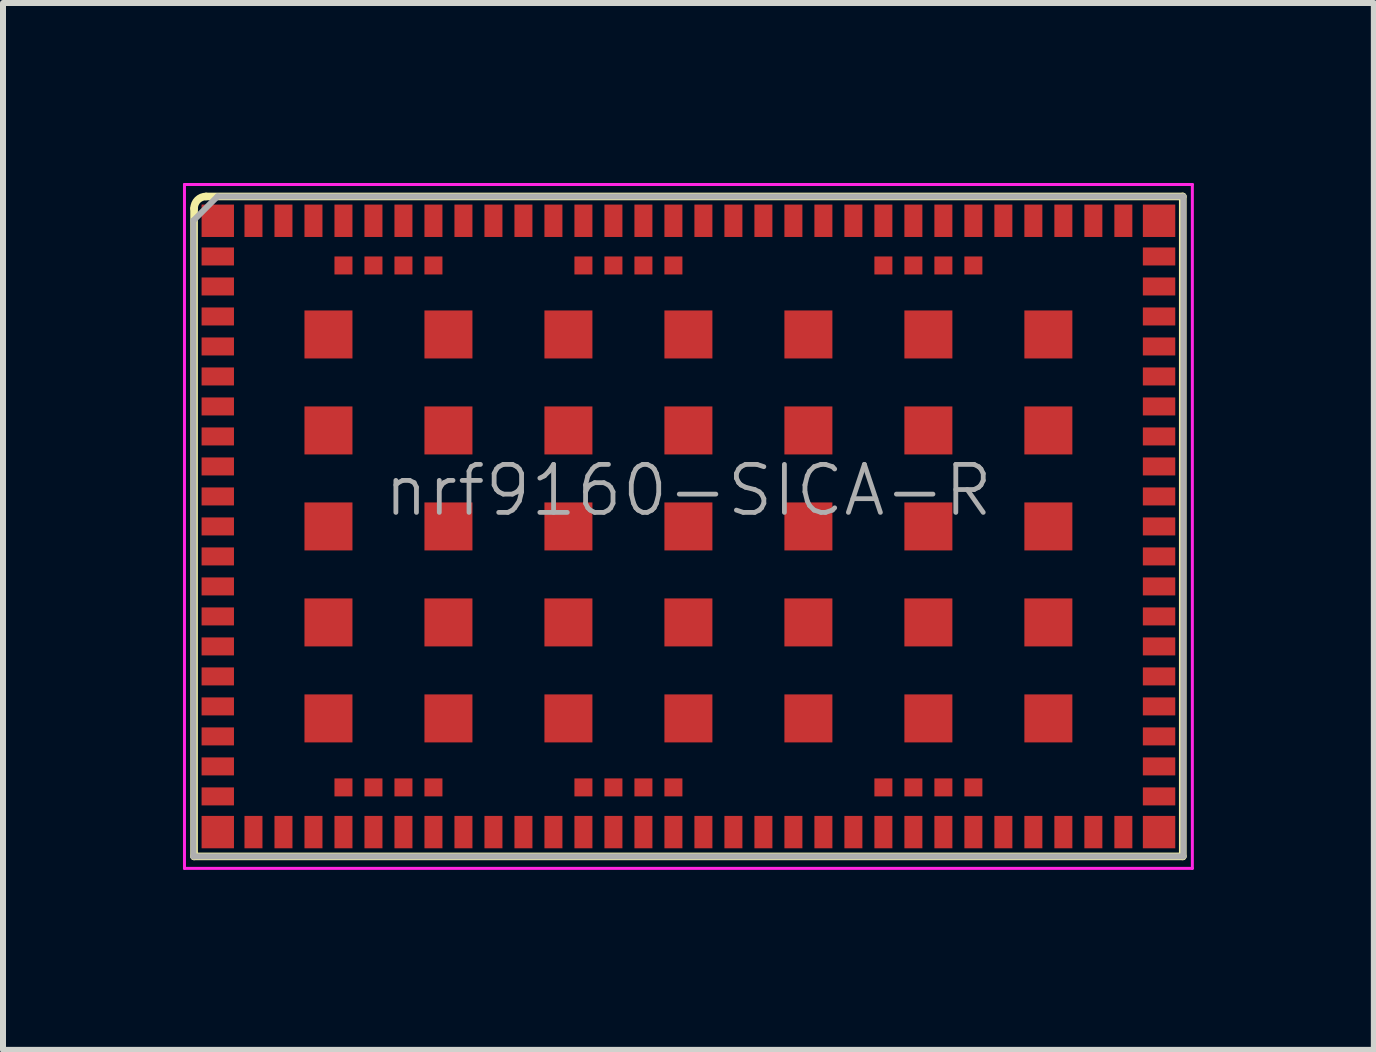
<source format=kicad_pcb>
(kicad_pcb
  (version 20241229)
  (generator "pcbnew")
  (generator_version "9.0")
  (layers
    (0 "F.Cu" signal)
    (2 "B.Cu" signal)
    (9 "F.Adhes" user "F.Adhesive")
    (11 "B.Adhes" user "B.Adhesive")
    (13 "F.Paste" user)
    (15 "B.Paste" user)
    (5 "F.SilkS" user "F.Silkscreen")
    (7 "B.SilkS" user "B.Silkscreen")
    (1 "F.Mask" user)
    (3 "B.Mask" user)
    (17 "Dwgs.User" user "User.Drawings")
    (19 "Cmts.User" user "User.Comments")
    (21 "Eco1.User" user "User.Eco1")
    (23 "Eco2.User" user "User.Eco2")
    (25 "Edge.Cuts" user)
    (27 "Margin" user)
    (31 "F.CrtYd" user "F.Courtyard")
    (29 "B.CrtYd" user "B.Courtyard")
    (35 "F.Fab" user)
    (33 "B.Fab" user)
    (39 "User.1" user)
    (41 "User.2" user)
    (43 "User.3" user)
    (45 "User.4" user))
  (footprint "nrf9160-SICA-R"
    (layer "F.Cu")
    (at 8.425 5.725)
    (property "Reference" "nrf9160-SICA-R" (at 0 -0.6 0) (layer "F.Fab") (effects (font (size 0.8 0.8) (thickness 0.08))))
    (attr smd)
    (fp_line (start -8.24 5.5) (end -8.24 -5.3) (stroke (width 0.127) (type solid)) (layer "F.SilkS"))
    (fp_line (start -8.04 -5.5) (end 8.24 -5.5) (stroke (width 0.127) (type solid)) (layer "F.SilkS"))
    (fp_line (start 8.24 -5.5) (end 8.24 5.5) (stroke (width 0.127) (type solid)) (layer "F.SilkS"))
    (fp_line (start 8.24 5.5) (end -8.24 5.5) (stroke (width 0.127) (type solid)) (layer "F.SilkS"))
    (fp_arc (start -8.24 -5.3) (mid -8.181421 -5.441421) (end -8.04 -5.5) (stroke (width 0.127) (type default)) (layer "F.SilkS"))
    (fp_line (start -8.4 -5.7) (end 8.4 -5.7) (stroke (width 0.05) (type solid)) (layer "F.CrtYd"))
    (fp_line (start -8.4 5.7) (end -8.4 -5.7) (stroke (width 0.05) (type solid)) (layer "F.CrtYd"))
    (fp_line (start 8.4 -5.7) (end 8.4 5.7) (stroke (width 0.05) (type solid)) (layer "F.CrtYd"))
    (fp_line (start 8.4 5.7) (end -8.4 5.7) (stroke (width 0.05) (type solid)) (layer "F.CrtYd"))
    (fp_line (start -8.25 -5.1) (end -7.85 -5.5) (stroke (width 0.1) (type solid)) (layer "F.Fab"))
    (fp_line (start -8.25 5.5) (end -8.25 -5.1) (stroke (width 0.1) (type solid)) (layer "F.Fab"))
    (fp_line (start -7.85 -5.5) (end 8.25 -5.5) (stroke (width 0.1) (type solid)) (layer "F.Fab"))
    (fp_line (start 8.25 -5.5) (end 8.25 5.5) (stroke (width 0.1) (type solid)) (layer "F.Fab"))
    (fp_line (start 8.25 5.5) (end -8.25 5.5) (stroke (width 0.1) (type solid)) (layer "F.Fab"))
    (pad "1" smd rect (at -7.845 -5.095) (size 0.54 0.54) (layers "F.Cu" "F.Mask" "F.Paste"))
    (pad "2" smd rect (at -7.845 -4.5) (size 0.54 0.3) (layers "F.Cu" "F.Mask" "F.Paste"))
    (pad "3" smd rect (at -7.845 -4) (size 0.54 0.3) (layers "F.Cu" "F.Mask" "F.Paste"))
    (pad "4" smd rect (at -7.845 -3.5) (size 0.54 0.3) (layers "F.Cu" "F.Mask" "F.Paste"))
    (pad "5" smd rect (at -7.845 -3) (size 0.54 0.3) (layers "F.Cu" "F.Mask" "F.Paste"))
    (pad "6" smd rect (at -7.845 -2.5) (size 0.54 0.3) (layers "F.Cu" "F.Mask" "F.Paste"))
    (pad "7" smd rect (at -7.845 -2) (size 0.54 0.3) (layers "F.Cu" "F.Mask" "F.Paste"))
    (pad "8" smd rect (at -7.845 -1.5) (size 0.54 0.3) (layers "F.Cu" "F.Mask" "F.Paste"))
    (pad "9" smd rect (at -7.845 -1) (size 0.54 0.3) (layers "F.Cu" "F.Mask" "F.Paste"))
    (pad "10" smd rect (at -7.845 -0.5) (size 0.54 0.3) (layers "F.Cu" "F.Mask" "F.Paste"))
    (pad "11" smd rect (at -7.845 0) (size 0.54 0.3) (layers "F.Cu" "F.Mask" "F.Paste"))
    (pad "12" smd rect (at -7.845 0.5) (size 0.54 0.3) (layers "F.Cu" "F.Mask" "F.Paste"))
    (pad "13" smd rect (at -7.845 1) (size 0.54 0.3) (layers "F.Cu" "F.Mask" "F.Paste"))
    (pad "14" smd rect (at -7.845 1.5) (size 0.54 0.3) (layers "F.Cu" "F.Mask" "F.Paste"))
    (pad "15" smd rect (at -7.845 2) (size 0.54 0.3) (layers "F.Cu" "F.Mask" "F.Paste"))
    (pad "16" smd rect (at -7.845 2.5) (size 0.54 0.3) (layers "F.Cu" "F.Mask" "F.Paste"))
    (pad "17" smd rect (at -7.845 3) (size 0.54 0.3) (layers "F.Cu" "F.Mask" "F.Paste"))
    (pad "18" smd rect (at -7.845 3.5) (size 0.54 0.3) (layers "F.Cu" "F.Mask" "F.Paste"))
    (pad "19" smd rect (at -7.845 4) (size 0.54 0.3) (layers "F.Cu" "F.Mask" "F.Paste"))
    (pad "20" smd rect (at -7.845 4.5) (size 0.54 0.3) (layers "F.Cu" "F.Mask" "F.Paste"))
    (pad "21" smd rect (at -7.845 5.095) (size 0.54 0.54) (layers "F.Cu" "F.Mask" "F.Paste"))
    (pad "22" smd rect (at -7.25 5.095) (size 0.3 0.54) (layers "F.Cu" "F.Mask" "F.Paste"))
    (pad "23" smd rect (at -6.75 5.095) (size 0.3 0.54) (layers "F.Cu" "F.Mask" "F.Paste"))
    (pad "24" smd rect (at -6.25 5.095) (size 0.3 0.54) (layers "F.Cu" "F.Mask" "F.Paste"))
    (pad "25" smd rect (at -5.75 5.095) (size 0.3 0.54) (layers "F.Cu" "F.Mask" "F.Paste"))
    (pad "26" smd rect (at -5.25 5.095) (size 0.3 0.54) (layers "F.Cu" "F.Mask" "F.Paste"))
    (pad "27" smd rect (at -4.75 5.095) (size 0.3 0.54) (layers "F.Cu" "F.Mask" "F.Paste"))
    (pad "28" smd rect (at -4.25 5.095) (size 0.3 0.54) (layers "F.Cu" "F.Mask" "F.Paste"))
    (pad "29" smd rect (at -3.75 5.095) (size 0.3 0.54) (layers "F.Cu" "F.Mask" "F.Paste"))
    (pad "30" smd rect (at -3.25 5.095) (size 0.3 0.54) (layers "F.Cu" "F.Mask" "F.Paste"))
    (pad "31" smd rect (at -2.75 5.095) (size 0.3 0.54) (layers "F.Cu" "F.Mask" "F.Paste"))
    (pad "32" smd rect (at -2.25 5.095) (size 0.3 0.54) (layers "F.Cu" "F.Mask" "F.Paste"))
    (pad "33" smd rect (at -1.75 5.095) (size 0.3 0.54) (layers "F.Cu" "F.Mask" "F.Paste"))
    (pad "34" smd rect (at -1.25 5.095) (size 0.3 0.54) (layers "F.Cu" "F.Mask" "F.Paste"))
    (pad "35" smd rect (at -0.75 5.095) (size 0.3 0.54) (layers "F.Cu" "F.Mask" "F.Paste"))
    (pad "36" smd rect (at -0.25 5.095) (size 0.3 0.54) (layers "F.Cu" "F.Mask" "F.Paste"))
    (pad "37" smd rect (at 0.25 5.095) (size 0.3 0.54) (layers "F.Cu" "F.Mask" "F.Paste"))
    (pad "38" smd rect (at 0.75 5.095) (size 0.3 0.54) (layers "F.Cu" "F.Mask" "F.Paste"))
    (pad "39" smd rect (at 1.25 5.095) (size 0.3 0.54) (layers "F.Cu" "F.Mask" "F.Paste"))
    (pad "40" smd rect (at 1.75 5.095) (size 0.3 0.54) (layers "F.Cu" "F.Mask" "F.Paste"))
    (pad "41" smd rect (at 2.25 5.095) (size 0.3 0.54) (layers "F.Cu" "F.Mask" "F.Paste"))
    (pad "42" smd rect (at 2.75 5.095) (size 0.3 0.54) (layers "F.Cu" "F.Mask" "F.Paste"))
    (pad "43" smd rect (at 3.25 5.095) (size 0.3 0.54) (layers "F.Cu" "F.Mask" "F.Paste"))
    (pad "44" smd rect (at 3.75 5.095) (size 0.3 0.54) (layers "F.Cu" "F.Mask" "F.Paste"))
    (pad "45" smd rect (at 4.25 5.095) (size 0.3 0.54) (layers "F.Cu" "F.Mask" "F.Paste"))
    (pad "46" smd rect (at 4.75 5.095) (size 0.3 0.54) (layers "F.Cu" "F.Mask" "F.Paste"))
    (pad "47" smd rect (at 5.25 5.095) (size 0.3 0.54) (layers "F.Cu" "F.Mask" "F.Paste"))
    (pad "48" smd rect (at 5.75 5.095) (size 0.3 0.54) (layers "F.Cu" "F.Mask" "F.Paste"))
    (pad "49" smd rect (at 6.25 5.095) (size 0.3 0.54) (layers "F.Cu" "F.Mask" "F.Paste"))
    (pad "50" smd rect (at 6.75 5.095) (size 0.3 0.54) (layers "F.Cu" "F.Mask" "F.Paste"))
    (pad "51" smd rect (at 7.25 5.095) (size 0.3 0.54) (layers "F.Cu" "F.Mask" "F.Paste"))
    (pad "52" smd rect (at 7.845 5.095) (size 0.54 0.54) (layers "F.Cu" "F.Mask" "F.Paste"))
    (pad "53" smd rect (at 7.845 4.5) (size 0.54 0.3) (layers "F.Cu" "F.Mask" "F.Paste"))
    (pad "54" smd rect (at 7.845 4) (size 0.54 0.3) (layers "F.Cu" "F.Mask" "F.Paste"))
    (pad "55" smd rect (at 7.845 3.5) (size 0.54 0.3) (layers "F.Cu" "F.Mask" "F.Paste"))
    (pad "56" smd rect (at 7.845 3) (size 0.54 0.3) (layers "F.Cu" "F.Mask" "F.Paste"))
    (pad "57" smd rect (at 7.845 2.5) (size 0.54 0.3) (layers "F.Cu" "F.Mask" "F.Paste"))
    (pad "58" smd rect (at 7.845 2) (size 0.54 0.3) (layers "F.Cu" "F.Mask" "F.Paste"))
    (pad "59" smd rect (at 7.845 1.5) (size 0.54 0.3) (layers "F.Cu" "F.Mask" "F.Paste"))
    (pad "60" smd rect (at 7.845 1) (size 0.54 0.3) (layers "F.Cu" "F.Mask" "F.Paste"))
    (pad "61" smd rect (at 7.845 0.5) (size 0.54 0.3) (layers "F.Cu" "F.Mask" "F.Paste"))
    (pad "62" smd rect (at 7.845 0) (size 0.54 0.3) (layers "F.Cu" "F.Mask" "F.Paste"))
    (pad "63" smd rect (at 7.845 -0.5) (size 0.54 0.3) (layers "F.Cu" "F.Mask" "F.Paste"))
    (pad "64" smd rect (at 7.845 -1) (size 0.54 0.3) (layers "F.Cu" "F.Mask" "F.Paste"))
    (pad "65" smd rect (at 7.845 -1.5) (size 0.54 0.3) (layers "F.Cu" "F.Mask" "F.Paste"))
    (pad "66" smd rect (at 7.845 -2) (size 0.54 0.3) (layers "F.Cu" "F.Mask" "F.Paste"))
    (pad "67" smd rect (at 7.845 -2.5) (size 0.54 0.3) (layers "F.Cu" "F.Mask" "F.Paste"))
    (pad "68" smd rect (at 7.845 -3) (size 0.54 0.3) (layers "F.Cu" "F.Mask" "F.Paste"))
    (pad "69" smd rect (at 7.845 -3.5) (size 0.54 0.3) (layers "F.Cu" "F.Mask" "F.Paste"))
    (pad "70" smd rect (at 7.845 -4) (size 0.54 0.3) (layers "F.Cu" "F.Mask" "F.Paste"))
    (pad "71" smd rect (at 7.845 -4.5) (size 0.54 0.3) (layers "F.Cu" "F.Mask" "F.Paste"))
    (pad "72" smd rect (at 7.845 -5.095) (size 0.54 0.54) (layers "F.Cu" "F.Mask" "F.Paste"))
    (pad "73" smd rect (at 7.25 -5.095) (size 0.3 0.54) (layers "F.Cu" "F.Mask" "F.Paste"))
    (pad "74" smd rect (at 6.75 -5.095) (size 0.3 0.54) (layers "F.Cu" "F.Mask" "F.Paste"))
    (pad "75" smd rect (at 6.25 -5.095) (size 0.3 0.54) (layers "F.Cu" "F.Mask" "F.Paste"))
    (pad "76" smd rect (at 5.75 -5.095) (size 0.3 0.54) (layers "F.Cu" "F.Mask" "F.Paste"))
    (pad "77" smd rect (at 5.25 -5.095) (size 0.3 0.54) (layers "F.Cu" "F.Mask" "F.Paste"))
    (pad "78" smd rect (at 4.75 -5.095) (size 0.3 0.54) (layers "F.Cu" "F.Mask" "F.Paste"))
    (pad "79" smd rect (at 4.25 -5.095) (size 0.3 0.54) (layers "F.Cu" "F.Mask" "F.Paste"))
    (pad "80" smd rect (at 3.75 -5.095) (size 0.3 0.54) (layers "F.Cu" "F.Mask" "F.Paste"))
    (pad "81" smd rect (at 3.25 -5.095) (size 0.3 0.54) (layers "F.Cu" "F.Mask" "F.Paste"))
    (pad "82" smd rect (at 2.75 -5.095) (size 0.3 0.54) (layers "F.Cu" "F.Mask" "F.Paste"))
    (pad "83" smd rect (at 2.25 -5.095) (size 0.3 0.54) (layers "F.Cu" "F.Mask" "F.Paste"))
    (pad "84" smd rect (at 1.75 -5.095) (size 0.3 0.54) (layers "F.Cu" "F.Mask" "F.Paste"))
    (pad "85" smd rect (at 1.25 -5.095) (size 0.3 0.54) (layers "F.Cu" "F.Mask" "F.Paste"))
    (pad "86" smd rect (at 0.75 -5.095) (size 0.3 0.54) (layers "F.Cu" "F.Mask" "F.Paste"))
    (pad "87" smd rect (at 0.25 -5.095) (size 0.3 0.54) (layers "F.Cu" "F.Mask" "F.Paste"))
    (pad "88" smd rect (at -0.25 -5.095) (size 0.3 0.54) (layers "F.Cu" "F.Mask" "F.Paste"))
    (pad "89" smd rect (at -0.75 -5.095) (size 0.3 0.54) (layers "F.Cu" "F.Mask" "F.Paste"))
    (pad "90" smd rect (at -1.25 -5.095) (size 0.3 0.54) (layers "F.Cu" "F.Mask" "F.Paste"))
    (pad "91" smd rect (at -1.75 -5.095) (size 0.3 0.54) (layers "F.Cu" "F.Mask" "F.Paste"))
    (pad "92" smd rect (at -2.25 -5.095) (size 0.3 0.54) (layers "F.Cu" "F.Mask" "F.Paste"))
    (pad "93" smd rect (at -2.75 -5.095) (size 0.3 0.54) (layers "F.Cu" "F.Mask" "F.Paste"))
    (pad "94" smd rect (at -3.25 -5.095) (size 0.3 0.54) (layers "F.Cu" "F.Mask" "F.Paste"))
    (pad "95" smd rect (at -3.75 -5.095) (size 0.3 0.54) (layers "F.Cu" "F.Mask" "F.Paste"))
    (pad "96" smd rect (at -4.25 -5.095) (size 0.3 0.54) (layers "F.Cu" "F.Mask" "F.Paste"))
    (pad "97" smd rect (at -4.75 -5.095) (size 0.3 0.54) (layers "F.Cu" "F.Mask" "F.Paste"))
    (pad "98" smd rect (at -5.25 -5.095) (size 0.3 0.54) (layers "F.Cu" "F.Mask" "F.Paste"))
    (pad "99" smd rect (at -5.75 -5.095) (size 0.3 0.54) (layers "F.Cu" "F.Mask" "F.Paste"))
    (pad "100" smd rect (at -6.25 -5.095) (size 0.3 0.54) (layers "F.Cu" "F.Mask" "F.Paste"))
    (pad "101" smd rect (at -6.75 -5.095) (size 0.3 0.54) (layers "F.Cu" "F.Mask" "F.Paste"))
    (pad "102" smd rect (at -7.25 -5.095) (size 0.3 0.54) (layers "F.Cu" "F.Mask" "F.Paste"))
    (pad "103" smd rect (at -6 -3.2) (size 0.8 0.8) (layers "F.Cu" "F.Mask" "F.Paste"))
    (pad "103" smd rect (at -6 -1.6) (size 0.8 0.8) (layers "F.Cu" "F.Mask" "F.Paste"))
    (pad "103" smd rect (at -6 0) (size 0.8 0.8) (layers "F.Cu" "F.Mask" "F.Paste"))
    (pad "103" smd rect (at -6 1.6) (size 0.8 0.8) (layers "F.Cu" "F.Mask" "F.Paste"))
    (pad "103" smd rect (at -6 3.2) (size 0.8 0.8) (layers "F.Cu" "F.Mask" "F.Paste"))
    (pad "103" smd rect (at -4 -3.2) (size 0.8 0.8) (layers "F.Cu" "F.Mask" "F.Paste"))
    (pad "103" smd rect (at -4 -1.6) (size 0.8 0.8) (layers "F.Cu" "F.Mask" "F.Paste"))
    (pad "103" smd rect (at -4 0) (size 0.8 0.8) (layers "F.Cu" "F.Mask" "F.Paste"))
    (pad "103" smd rect (at -4 1.6) (size 0.8 0.8) (layers "F.Cu" "F.Mask" "F.Paste"))
    (pad "103" smd rect (at -4 3.2) (size 0.8 0.8) (layers "F.Cu" "F.Mask" "F.Paste"))
    (pad "103" smd rect (at -2 -3.2) (size 0.8 0.8) (layers "F.Cu" "F.Mask" "F.Paste"))
    (pad "103" smd rect (at -2 -1.6) (size 0.8 0.8) (layers "F.Cu" "F.Mask" "F.Paste"))
    (pad "103" smd rect (at -2 0) (size 0.8 0.8) (layers "F.Cu" "F.Mask" "F.Paste"))
    (pad "103" smd rect (at -2 1.6) (size 0.8 0.8) (layers "F.Cu" "F.Mask" "F.Paste"))
    (pad "103" smd rect (at -2 3.2) (size 0.8 0.8) (layers "F.Cu" "F.Mask" "F.Paste"))
    (pad "103" smd rect (at 0 -3.2) (size 0.8 0.8) (layers "F.Cu" "F.Mask" "F.Paste"))
    (pad "103" smd rect (at 0 -1.6) (size 0.8 0.8) (layers "F.Cu" "F.Mask" "F.Paste"))
    (pad "103" smd rect (at 0 0) (size 0.8 0.8) (layers "F.Cu" "F.Mask" "F.Paste"))
    (pad "103" smd rect (at 0 1.6) (size 0.8 0.8) (layers "F.Cu" "F.Mask" "F.Paste"))
    (pad "103" smd rect (at 0 3.2) (size 0.8 0.8) (layers "F.Cu" "F.Mask" "F.Paste"))
    (pad "103" smd rect (at 2 -3.2) (size 0.8 0.8) (layers "F.Cu" "F.Mask" "F.Paste"))
    (pad "103" smd rect (at 2 -1.6) (size 0.8 0.8) (layers "F.Cu" "F.Mask" "F.Paste"))
    (pad "103" smd rect (at 2 0) (size 0.8 0.8) (layers "F.Cu" "F.Mask" "F.Paste"))
    (pad "103" smd rect (at 2 1.6) (size 0.8 0.8) (layers "F.Cu" "F.Mask" "F.Paste"))
    (pad "103" smd rect (at 2 3.2) (size 0.8 0.8) (layers "F.Cu" "F.Mask" "F.Paste"))
    (pad "103" smd rect (at 4 -3.2) (size 0.8 0.8) (layers "F.Cu" "F.Mask" "F.Paste"))
    (pad "103" smd rect (at 4 -1.6) (size 0.8 0.8) (layers "F.Cu" "F.Mask" "F.Paste"))
    (pad "103" smd rect (at 4 0) (size 0.8 0.8) (layers "F.Cu" "F.Mask" "F.Paste"))
    (pad "103" smd rect (at 4 1.6) (size 0.8 0.8) (layers "F.Cu" "F.Mask" "F.Paste"))
    (pad "103" smd rect (at 4 3.2) (size 0.8 0.8) (layers "F.Cu" "F.Mask" "F.Paste"))
    (pad "103" smd rect (at 6 -3.2) (size 0.8 0.8) (layers "F.Cu" "F.Mask" "F.Paste"))
    (pad "103" smd rect (at 6 -1.6) (size 0.8 0.8) (layers "F.Cu" "F.Mask" "F.Paste"))
    (pad "103" smd rect (at 6 0) (size 0.8 0.8) (layers "F.Cu" "F.Mask" "F.Paste"))
    (pad "103" smd rect (at 6 1.6) (size 0.8 0.8) (layers "F.Cu" "F.Mask" "F.Paste"))
    (pad "103" smd rect (at 6 3.2) (size 0.8 0.8) (layers "F.Cu" "F.Mask" "F.Paste"))
    (pad "104" smd rect (at -5.75 4.35) (size 0.3 0.3) (layers "F.Cu" "F.Mask" "F.Paste"))
    (pad "105" smd rect (at -5.25 4.35) (size 0.3 0.3) (layers "F.Cu" "F.Mask" "F.Paste"))
    (pad "106" smd rect (at -4.75 4.35) (size 0.3 0.3) (layers "F.Cu" "F.Mask" "F.Paste"))
    (pad "107" smd rect (at -4.25 4.35) (size 0.3 0.3) (layers "F.Cu" "F.Mask" "F.Paste"))
    (pad "108" smd rect (at -1.75 4.35) (size 0.3 0.3) (layers "F.Cu" "F.Mask" "F.Paste"))
    (pad "109" smd rect (at -1.25 4.35) (size 0.3 0.3) (layers "F.Cu" "F.Mask" "F.Paste"))
    (pad "110" smd rect (at -0.75 4.35) (size 0.3 0.3) (layers "F.Cu" "F.Mask" "F.Paste"))
    (pad "111" smd rect (at -0.25 4.35) (size 0.3 0.3) (layers "F.Cu" "F.Mask" "F.Paste"))
    (pad "112" smd rect (at 3.25 4.35) (size 0.3 0.3) (layers "F.Cu" "F.Mask" "F.Paste"))
    (pad "113" smd rect (at 3.75 4.35) (size 0.3 0.3) (layers "F.Cu" "F.Mask" "F.Paste"))
    (pad "114" smd rect (at 4.25 4.35) (size 0.3 0.3) (layers "F.Cu" "F.Mask" "F.Paste"))
    (pad "115" smd rect (at 4.75 4.35) (size 0.3 0.3) (layers "F.Cu" "F.Mask" "F.Paste"))
    (pad "116" smd rect (at 4.75 -4.35) (size 0.3 0.3) (layers "F.Cu" "F.Mask" "F.Paste"))
    (pad "117" smd rect (at 4.25 -4.35) (size 0.3 0.3) (layers "F.Cu" "F.Mask" "F.Paste"))
    (pad "118" smd rect (at 3.75 -4.35) (size 0.3 0.3) (layers "F.Cu" "F.Mask" "F.Paste"))
    (pad "119" smd rect (at 3.25 -4.35) (size 0.3 0.3) (layers "F.Cu" "F.Mask" "F.Paste"))
    (pad "120" smd rect (at -0.25 -4.35) (size 0.3 0.3) (layers "F.Cu" "F.Mask" "F.Paste"))
    (pad "121" smd rect (at -0.75 -4.35) (size 0.3 0.3) (layers "F.Cu" "F.Mask" "F.Paste"))
    (pad "122" smd rect (at -1.25 -4.35) (size 0.3 0.3) (layers "F.Cu" "F.Mask" "F.Paste"))
    (pad "123" smd rect (at -1.75 -4.35) (size 0.3 0.3) (layers "F.Cu" "F.Mask" "F.Paste"))
    (pad "124" smd rect (at -4.25 -4.35) (size 0.3 0.3) (layers "F.Cu" "F.Mask" "F.Paste"))
    (pad "125" smd rect (at -4.75 -4.35) (size 0.3 0.3) (layers "F.Cu" "F.Mask" "F.Paste"))
    (pad "126" smd rect (at -5.25 -4.35) (size 0.3 0.3) (layers "F.Cu" "F.Mask" "F.Paste"))
    (pad "127" smd rect (at -5.75 -4.35) (size 0.3 0.3) (layers "F.Cu" "F.Mask" "F.Paste")))
  (gr_rect
    (start -3 -3)
    (end 19.85 14.45)
    (stroke (width 0.1) (type default))
    (fill no)
    (layer "Edge.Cuts")))
</source>
